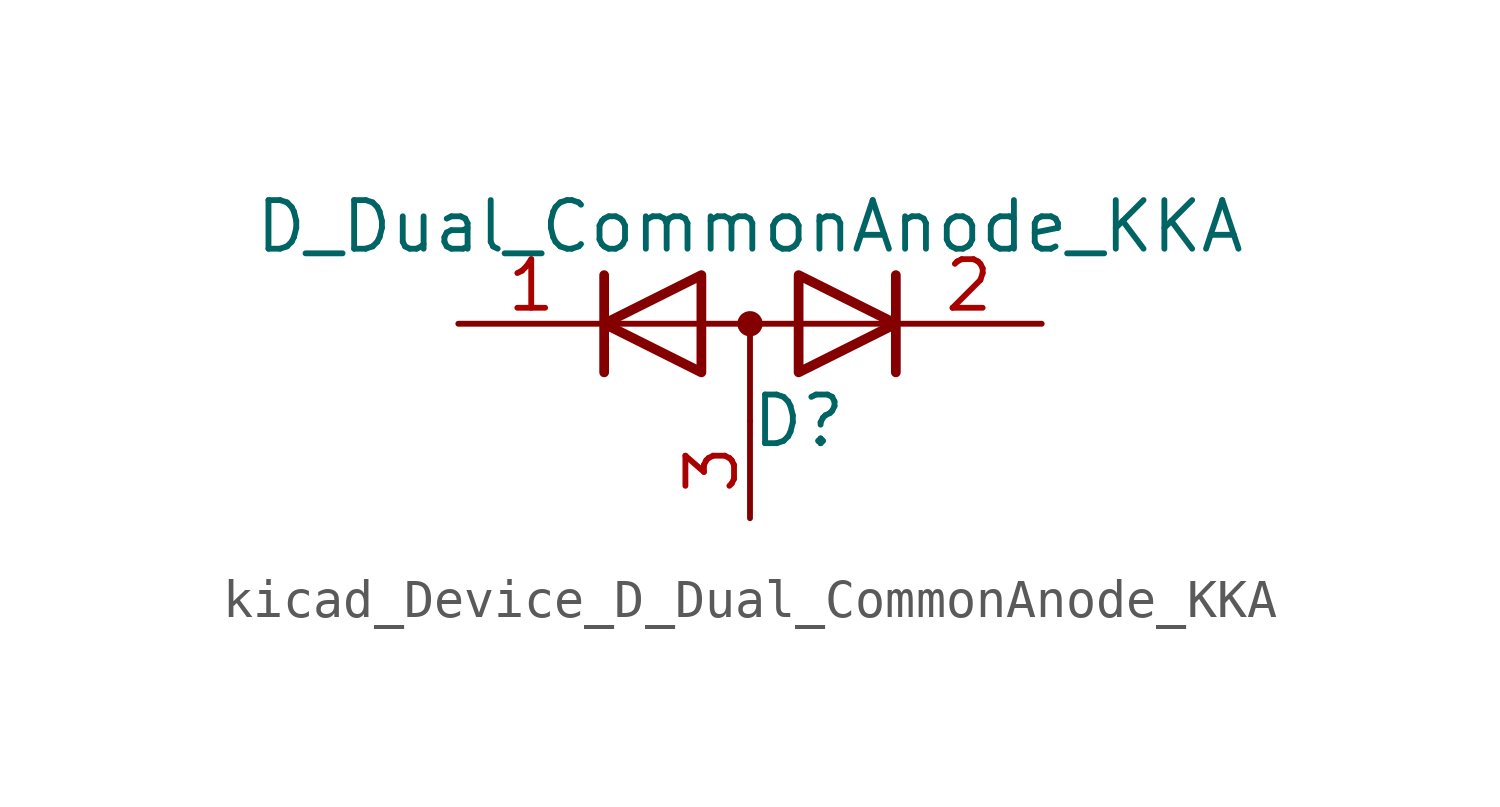
<source format=kicad_sym>
(kicad_symbol_lib
  (version 20220914)
  (generator kicad_symbol_editor)
  (symbol "kicad_Device_D_Dual_CommonAnode_KKA"
    (pin_names
      (offset 0.762) hide)
    (property "Reference" "D"
      (at 1.27 -2.54 0)
      (effects (font (size 1.27 1.27))))
    (property "Value" "D_Dual_CommonAnode_KKA"
      (at 0 2.54 0)
      (effects (font (size 1.27 1.27))))
    (symbol "kicad_Device_D_Dual_CommonAnode_KKA_0_1"
      (polyline (pts (xy -3.81 0) (xy 3.81 0)) (stroke (width 0) (type default)) (fill (type none)))
      (polyline (pts (xy 0 0) (xy 0 -2.54)) (stroke (width 0) (type default)) (fill (type none)))
      (polyline (pts (xy -3.81 1.27) (xy -3.81 -1.27) (xy -3.81 -1.27)) (stroke (width 0.254) (type default)) (fill (type none)))
      (polyline (pts (xy 3.81 1.27) (xy 3.81 -1.27) (xy 3.81 -1.27)) (stroke (width 0.254) (type default)) (fill (type none)))
      (polyline (pts (xy -1.27 -1.27) (xy -3.81 0) (xy -1.27 1.27) (xy -1.27 -1.27) (xy -1.27 -1.27) (xy -1.27 -1.27)) (stroke (width 0.254) (type default)) (fill (type none)))
      (polyline (pts (xy 1.27 1.27) (xy 3.81 0) (xy 1.27 -1.27) (xy 1.27 1.27) (xy 1.27 1.27) (xy 1.27 1.27)) (stroke (width 0.254) (type default)) (fill (type none)))
      (circle (center 0 0) (radius 0.254) (stroke (width 0) (type default)) (fill (type outline)))
      (pin passive line (at -7.62 0 0) (length 3.81) (name "K" (effects (font (size 1.27 1.27)))) (number "1" (effects (font (size 1.27 1.27)))))
      (pin passive line (at 7.62 0 180) (length 3.81) (name "K" (effects (font (size 1.27 1.27)))) (number "2" (effects (font (size 1.27 1.27)))))
      (pin passive line (at 0 -5.08 90) (length 2.54) (name "A" (effects (font (size 1.27 1.27)))) (number "3" (effects (font (size 1.27 1.27))))))))
</source>
